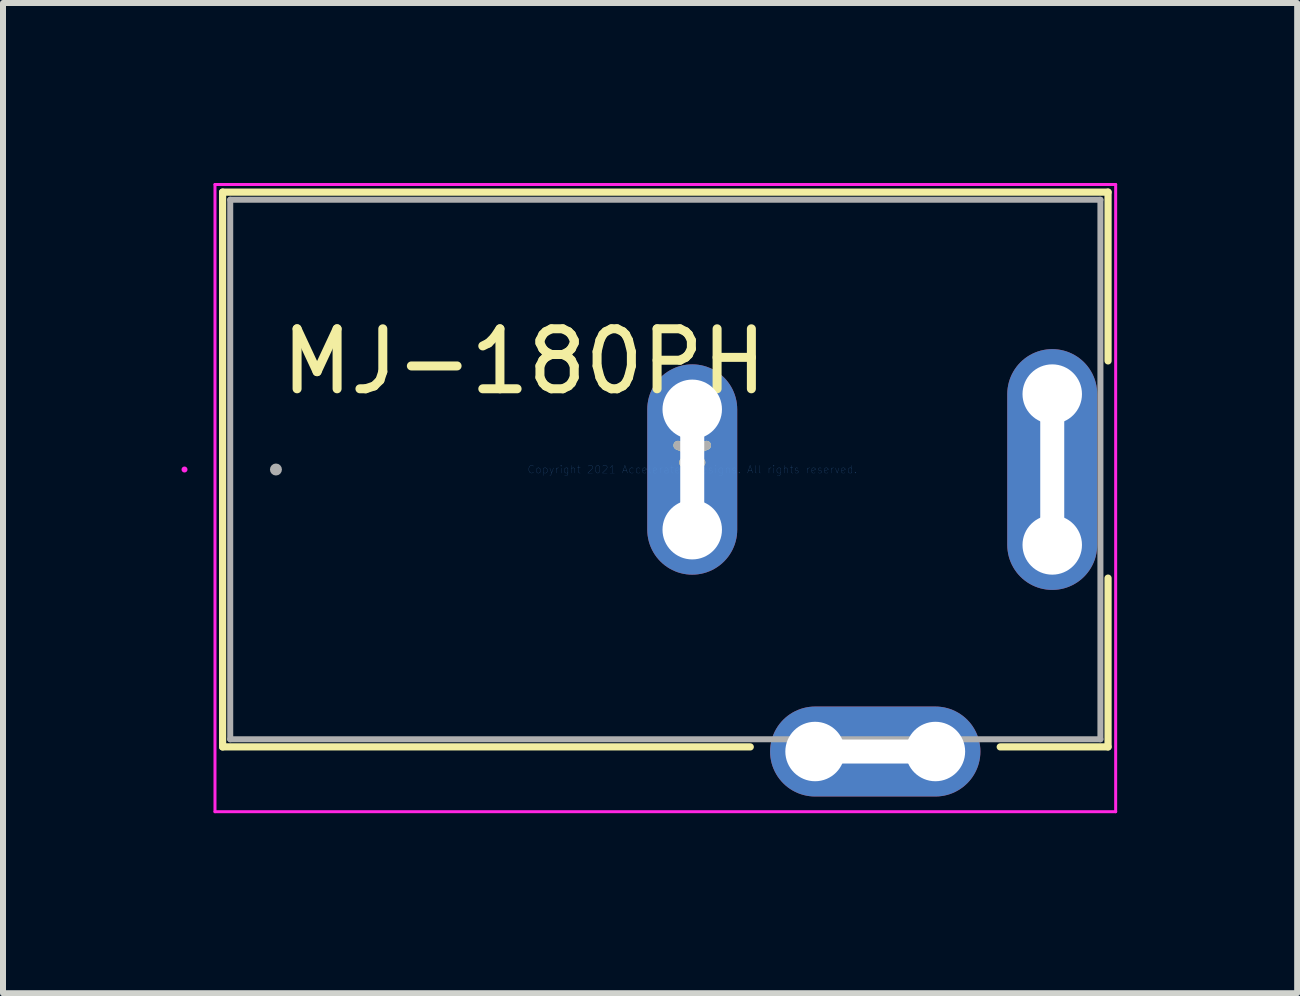
<source format=kicad_pcb>
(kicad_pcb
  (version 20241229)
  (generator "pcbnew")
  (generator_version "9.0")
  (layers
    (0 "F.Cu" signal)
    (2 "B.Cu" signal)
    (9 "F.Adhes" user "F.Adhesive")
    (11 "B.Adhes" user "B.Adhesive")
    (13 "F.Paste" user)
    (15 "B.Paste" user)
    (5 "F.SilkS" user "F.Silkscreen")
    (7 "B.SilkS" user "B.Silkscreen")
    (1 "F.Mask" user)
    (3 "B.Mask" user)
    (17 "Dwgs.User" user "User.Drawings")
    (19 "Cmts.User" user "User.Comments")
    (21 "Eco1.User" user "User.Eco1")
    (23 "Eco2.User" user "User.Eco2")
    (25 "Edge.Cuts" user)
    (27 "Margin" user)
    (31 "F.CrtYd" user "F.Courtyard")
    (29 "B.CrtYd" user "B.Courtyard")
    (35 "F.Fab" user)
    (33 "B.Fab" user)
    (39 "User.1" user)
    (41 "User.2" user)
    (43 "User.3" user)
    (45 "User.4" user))
  (footprint "MJ-180PH"
    (layer "F.Cu")
    (at 8.487 4.775)
    (property "Reference" "MJ-180PH" (at -2.8 -1.8 0) (layer "F.SilkS") (effects (font (size 1 1) (thickness 0.15))))
    (attr through_hole)
    (fp_line (start -7.827 -4.623) (end -7.827 4.623) (stroke (width 0.12) (type solid)) (layer "F.SilkS"))
    (fp_line (start -7.827 4.623) (end 0.967 4.623) (stroke (width 0.12) (type solid)) (layer "F.SilkS"))
    (fp_line (start 5.133 4.623) (end 6.93 4.623) (stroke (width 0.12) (type solid)) (layer "F.SilkS"))
    (fp_line (start 6.93 -4.623) (end -7.827 -4.623) (stroke (width 0.12) (type solid)) (layer "F.SilkS"))
    (fp_line (start 6.93 -1.81) (end 6.93 -4.623) (stroke (width 0.12) (type solid)) (layer "F.SilkS"))
    (fp_line (start 6.93 4.623) (end 6.93 1.81) (stroke (width 0.12) (type solid)) (layer "F.SilkS"))
    (fp_line (start -7.954 -4.75) (end 7.057 -4.75) (stroke (width 0.05) (type solid)) (layer "F.CrtYd"))
    (fp_line (start -7.954 5.703) (end -7.954 -4.75) (stroke (width 0.05) (type solid)) (layer "F.CrtYd"))
    (fp_line (start 7.057 -4.75) (end 7.057 5.703) (stroke (width 0.05) (type solid)) (layer "F.CrtYd"))
    (fp_line (start 7.057 5.703) (end -7.954 5.703) (stroke (width 0.05) (type solid)) (layer "F.CrtYd"))
    (fp_circle (center -8.462 0) (end -8.462 0) (stroke (width 0.05) (type solid)) (fill no) (layer "F.CrtYd"))
    (fp_line (start -7.7 -4.496) (end -7.7 4.496) (stroke (width 0.1) (type solid)) (layer "F.Fab"))
    (fp_line (start -7.7 4.496) (end 6.803 4.496) (stroke (width 0.1) (type solid)) (layer "F.Fab"))
    (fp_line (start 6.803 -4.496) (end -7.7 -4.496) (stroke (width 0.1) (type solid)) (layer "F.Fab"))
    (fp_line (start 6.803 4.496) (end 6.803 -4.496) (stroke (width 0.1) (type solid)) (layer "F.Fab"))
    (fp_circle (center -6.938 0) (end -6.938 0) (stroke (width 0.1) (type solid)) (fill no) (layer "F.Fab"))
    (fp_text user "*" (at 0 0 0) (layer "F.SilkS") (effects (font (size 1 1) (thickness 0.15))))
    (fp_text user "Copyright 2021 Accelerated Designs. All rights reserved." (at 0 0 0) (layer "Cmts.User") (effects (font (size 0.127 0.127) (thickness 0.002))))
    (fp_text user "*" (at 0 0 0) (layer "F.Fab") (effects (font (size 1 1) (thickness 0.15))))
    (pad "" np_thru_hole circle (at 0 -1.003) (size 0.991 0.991) (drill 0.991) (layers "*.Cu" "*.Mask"))
    (pad "" np_thru_hole circle (at 0 1.003) (size 0.991 0.991) (drill 0.991) (layers "*.Cu" "*.Mask"))
    (pad "" np_thru_hole circle (at 2.047 4.7) (size 0.991 0.991) (drill 0.991) (layers "*.Cu" "*.Mask"))
    (pad "" np_thru_hole circle (at 4.053 4.7) (size 0.991 0.991) (drill 0.991) (layers "*.Cu" "*.Mask"))
    (pad "" np_thru_hole circle (at 6 -1.257) (size 0.991 0.991) (drill 0.991) (layers "*.Cu" "*.Mask"))
    (pad "" np_thru_hole circle (at 6 1.257) (size 0.991 0.991) (drill 0.991) (layers "*.Cu" "*.Mask"))
    (pad "1" thru_hole oval (at 6 0 90) (size 4.013 1.499) (drill oval 2.7 0.4) (layers "*.Cu" "*.Mask"))
    (pad "2" thru_hole oval (at 0 0 90) (size 3.505 1.499) (drill oval 2.7 0.4) (layers "*.Cu" "*.Mask"))
    (pad "3" thru_hole oval (at 3.05 4.7) (size 3.505 1.499) (drill oval 2.7 0.4) (layers "*.Cu" "*.Mask")))
  (gr_rect
    (start -3 -3)
    (end 18.569 13.503)
    (stroke (width 0.1) (type default))
    (fill no)
    (layer "Edge.Cuts")))
</source>
